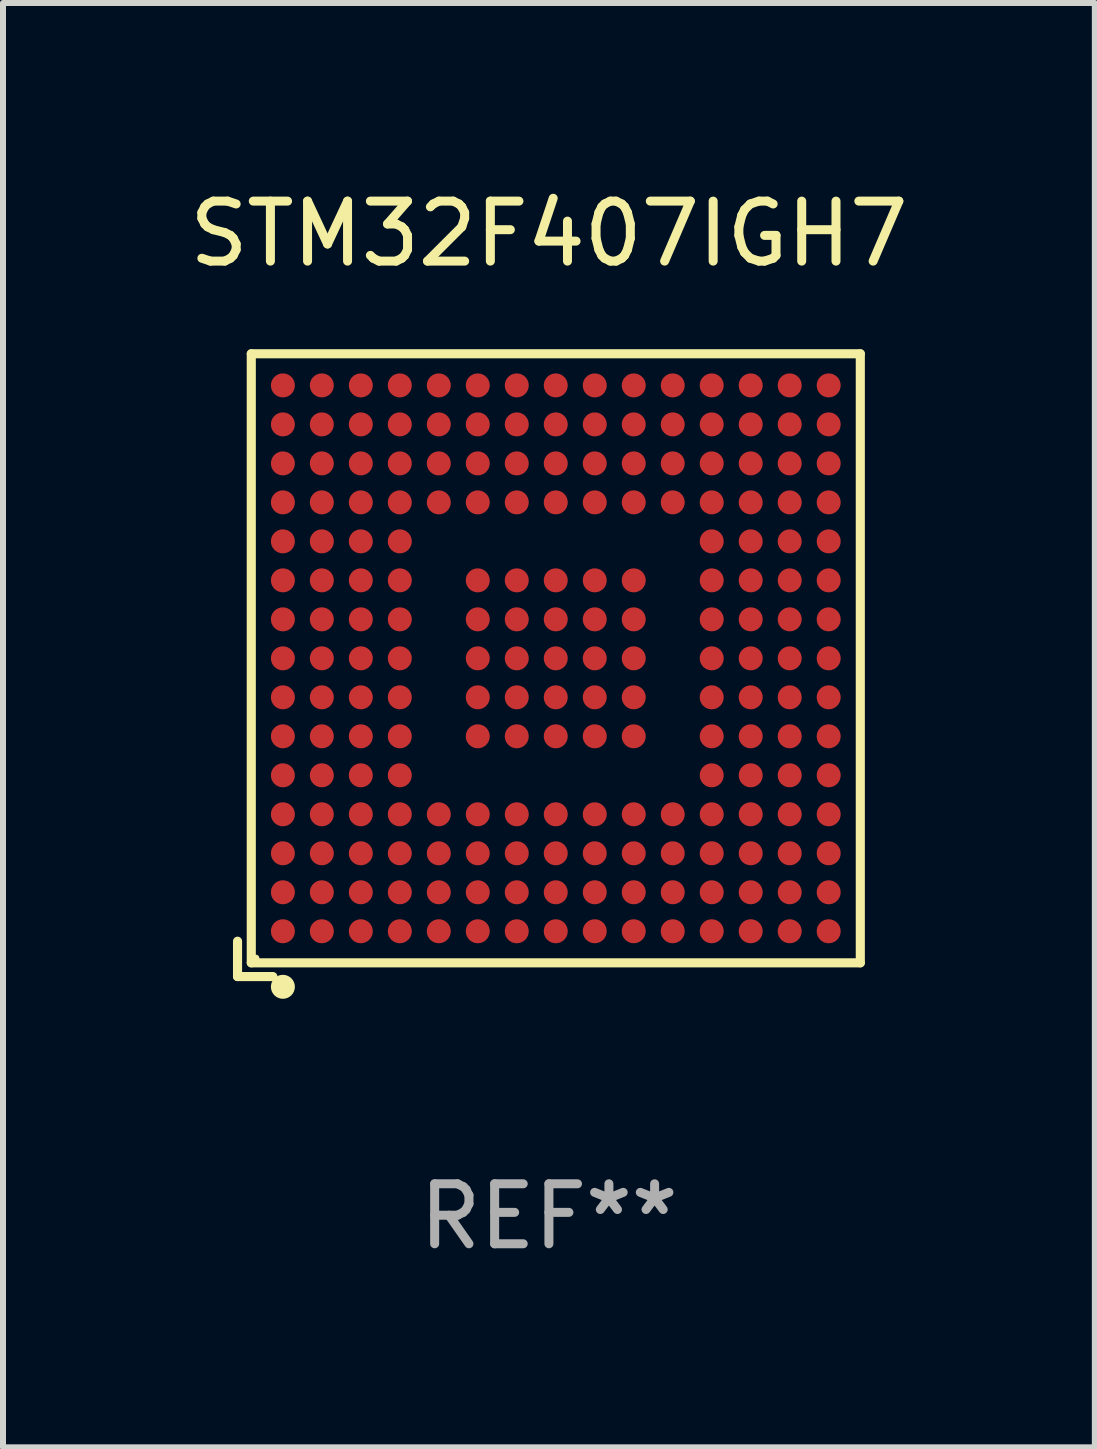
<source format=kicad_pcb>
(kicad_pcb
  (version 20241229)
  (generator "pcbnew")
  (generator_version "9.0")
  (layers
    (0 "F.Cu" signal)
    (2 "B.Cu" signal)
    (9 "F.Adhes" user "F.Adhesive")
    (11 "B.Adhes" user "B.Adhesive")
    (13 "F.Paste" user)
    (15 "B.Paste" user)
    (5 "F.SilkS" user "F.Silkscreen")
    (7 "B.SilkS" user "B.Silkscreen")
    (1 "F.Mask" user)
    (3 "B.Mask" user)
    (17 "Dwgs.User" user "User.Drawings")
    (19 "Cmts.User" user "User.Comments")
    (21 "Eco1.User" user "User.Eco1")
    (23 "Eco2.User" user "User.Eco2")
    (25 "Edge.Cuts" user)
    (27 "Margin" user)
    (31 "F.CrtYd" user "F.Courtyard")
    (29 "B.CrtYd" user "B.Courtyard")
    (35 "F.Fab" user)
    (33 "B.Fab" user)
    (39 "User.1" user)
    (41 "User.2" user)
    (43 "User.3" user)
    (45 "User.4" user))
  (footprint "STM32F407IGH7"
    (layer "F.Cu")
    (at 6.101 8.039)
    (property "Reference" "STM32F407IGH7" (at 0 -7.191 0) (layer "F.SilkS") (effects (font (size 1 1) (thickness 0.15))))
    (attr through_hole)
    (fp_line (start -5.191 4.602) (end -5.191 5.191) (stroke (width 0.152) (type solid)) (layer "F.SilkS"))
    (fp_line (start -5.191 5.191) (end -4.602 5.191) (stroke (width 0.152) (type solid)) (layer "F.SilkS"))
    (fp_line (start -4.962 -5.191) (end 5.191 -5.191) (stroke (width 0.152) (type solid)) (layer "F.SilkS"))
    (fp_line (start -4.962 4.962) (end -4.962 -5.191) (stroke (width 0.152) (type solid)) (layer "F.SilkS"))
    (fp_line (start 5.191 -5.191) (end 5.191 4.962) (stroke (width 0.152) (type solid)) (layer "F.SilkS"))
    (fp_line (start 5.191 4.962) (end -4.962 4.962) (stroke (width 0.152) (type solid)) (layer "F.SilkS"))
    (fp_circle (center -4.886 4.886) (end -4.856 4.886) (stroke (width 0.06) (type solid)) (fill no) (layer "F.SilkS"))
    (fp_circle (center -4.435 5.362) (end -4.335 5.362) (stroke (width 0.2) (type solid)) (fill no) (layer "F.SilkS"))
    (fp_text user "REF**" (at 0 9.191 0) (layer "F.Fab") (effects (font (size 1 1) (thickness 0.15))))
    (pad "A1" smd circle (at -4.435 4.436) (size 0.4 0.4) (layers "F.Cu" "F.Mask" "F.Paste"))
    (pad "A2" smd circle (at -4.435 3.786) (size 0.4 0.4) (layers "F.Cu" "F.Mask" "F.Paste"))
    (pad "A3" smd circle (at -4.435 3.136) (size 0.4 0.4) (layers "F.Cu" "F.Mask" "F.Paste"))
    (pad "A4" smd circle (at -4.435 2.486) (size 0.4 0.4) (layers "F.Cu" "F.Mask" "F.Paste"))
    (pad "A5" smd circle (at -4.435 1.836) (size 0.4 0.4) (layers "F.Cu" "F.Mask" "F.Paste"))
    (pad "A6" smd circle (at -4.435 1.186) (size 0.4 0.4) (layers "F.Cu" "F.Mask" "F.Paste"))
    (pad "A7" smd circle (at -4.435 0.536) (size 0.4 0.4) (layers "F.Cu" "F.Mask" "F.Paste"))
    (pad "A8" smd circle (at -4.435 -0.114) (size 0.4 0.4) (layers "F.Cu" "F.Mask" "F.Paste"))
    (pad "A9" smd circle (at -4.435 -0.764) (size 0.4 0.4) (layers "F.Cu" "F.Mask" "F.Paste"))
    (pad "A10" smd circle (at -4.435 -1.414) (size 0.4 0.4) (layers "F.Cu" "F.Mask" "F.Paste"))
    (pad "A11" smd circle (at -4.435 -2.064) (size 0.4 0.4) (layers "F.Cu" "F.Mask" "F.Paste"))
    (pad "A12" smd circle (at -4.435 -2.714) (size 0.4 0.4) (layers "F.Cu" "F.Mask" "F.Paste"))
    (pad "A13" smd circle (at -4.435 -3.364) (size 0.4 0.4) (layers "F.Cu" "F.Mask" "F.Paste"))
    (pad "A14" smd circle (at -4.435 -4.014) (size 0.4 0.4) (layers "F.Cu" "F.Mask" "F.Paste"))
    (pad "A15" smd circle (at -4.435 -4.664) (size 0.4 0.4) (layers "F.Cu" "F.Mask" "F.Paste"))
    (pad "B1" smd circle (at -3.786 4.436) (size 0.4 0.4) (layers "F.Cu" "F.Mask" "F.Paste"))
    (pad "B2" smd circle (at -3.786 3.786) (size 0.4 0.4) (layers "F.Cu" "F.Mask" "F.Paste"))
    (pad "B3" smd circle (at -3.786 3.136) (size 0.4 0.4) (layers "F.Cu" "F.Mask" "F.Paste"))
    (pad "B4" smd circle (at -3.786 2.486) (size 0.4 0.4) (layers "F.Cu" "F.Mask" "F.Paste"))
    (pad "B5" smd circle (at -3.786 1.836) (size 0.4 0.4) (layers "F.Cu" "F.Mask" "F.Paste"))
    (pad "B6" smd circle (at -3.786 1.186) (size 0.4 0.4) (layers "F.Cu" "F.Mask" "F.Paste"))
    (pad "B7" smd circle (at -3.786 0.536) (size 0.4 0.4) (layers "F.Cu" "F.Mask" "F.Paste"))
    (pad "B8" smd circle (at -3.786 -0.114) (size 0.4 0.4) (layers "F.Cu" "F.Mask" "F.Paste"))
    (pad "B9" smd circle (at -3.786 -0.764) (size 0.4 0.4) (layers "F.Cu" "F.Mask" "F.Paste"))
    (pad "B10" smd circle (at -3.786 -1.414) (size 0.4 0.4) (layers "F.Cu" "F.Mask" "F.Paste"))
    (pad "B11" smd circle (at -3.786 -2.064) (size 0.4 0.4) (layers "F.Cu" "F.Mask" "F.Paste"))
    (pad "B12" smd circle (at -3.786 -2.714) (size 0.4 0.4) (layers "F.Cu" "F.Mask" "F.Paste"))
    (pad "B13" smd circle (at -3.786 -3.364) (size 0.4 0.4) (layers "F.Cu" "F.Mask" "F.Paste"))
    (pad "B14" smd circle (at -3.786 -4.014) (size 0.4 0.4) (layers "F.Cu" "F.Mask" "F.Paste"))
    (pad "B15" smd circle (at -3.786 -4.664) (size 0.4 0.4) (layers "F.Cu" "F.Mask" "F.Paste"))
    (pad "C1" smd circle (at -3.136 4.436) (size 0.4 0.4) (layers "F.Cu" "F.Mask" "F.Paste"))
    (pad "C2" smd circle (at -3.136 3.786) (size 0.4 0.4) (layers "F.Cu" "F.Mask" "F.Paste"))
    (pad "C3" smd circle (at -3.136 3.136) (size 0.4 0.4) (layers "F.Cu" "F.Mask" "F.Paste"))
    (pad "C4" smd circle (at -3.136 2.486) (size 0.4 0.4) (layers "F.Cu" "F.Mask" "F.Paste"))
    (pad "C5" smd circle (at -3.136 1.836) (size 0.4 0.4) (layers "F.Cu" "F.Mask" "F.Paste"))
    (pad "C6" smd circle (at -3.136 1.186) (size 0.4 0.4) (layers "F.Cu" "F.Mask" "F.Paste"))
    (pad "C7" smd circle (at -3.136 0.536) (size 0.4 0.4) (layers "F.Cu" "F.Mask" "F.Paste"))
    (pad "C8" smd circle (at -3.136 -0.114) (size 0.4 0.4) (layers "F.Cu" "F.Mask" "F.Paste"))
    (pad "C9" smd circle (at -3.136 -0.764) (size 0.4 0.4) (layers "F.Cu" "F.Mask" "F.Paste"))
    (pad "C10" smd circle (at -3.136 -1.414) (size 0.4 0.4) (layers "F.Cu" "F.Mask" "F.Paste"))
    (pad "C11" smd circle (at -3.136 -2.064) (size 0.4 0.4) (layers "F.Cu" "F.Mask" "F.Paste"))
    (pad "C12" smd circle (at -3.136 -2.714) (size 0.4 0.4) (layers "F.Cu" "F.Mask" "F.Paste"))
    (pad "C13" smd circle (at -3.136 -3.364) (size 0.4 0.4) (layers "F.Cu" "F.Mask" "F.Paste"))
    (pad "C14" smd circle (at -3.136 -4.014) (size 0.4 0.4) (layers "F.Cu" "F.Mask" "F.Paste"))
    (pad "C15" smd circle (at -3.136 -4.664) (size 0.4 0.4) (layers "F.Cu" "F.Mask" "F.Paste"))
    (pad "D1" smd circle (at -2.486 4.436) (size 0.4 0.4) (layers "F.Cu" "F.Mask" "F.Paste"))
    (pad "D2" smd circle (at -2.486 3.786) (size 0.4 0.4) (layers "F.Cu" "F.Mask" "F.Paste"))
    (pad "D3" smd circle (at -2.486 3.136) (size 0.4 0.4) (layers "F.Cu" "F.Mask" "F.Paste"))
    (pad "D4" smd circle (at -2.486 2.486) (size 0.4 0.4) (layers "F.Cu" "F.Mask" "F.Paste"))
    (pad "D5" smd circle (at -2.486 1.836) (size 0.4 0.4) (layers "F.Cu" "F.Mask" "F.Paste"))
    (pad "D6" smd circle (at -2.486 1.186) (size 0.4 0.4) (layers "F.Cu" "F.Mask" "F.Paste"))
    (pad "D7" smd circle (at -2.486 0.536) (size 0.4 0.4) (layers "F.Cu" "F.Mask" "F.Paste"))
    (pad "D8" smd circle (at -2.486 -0.114) (size 0.4 0.4) (layers "F.Cu" "F.Mask" "F.Paste"))
    (pad "D9" smd circle (at -2.486 -0.764) (size 0.4 0.4) (layers "F.Cu" "F.Mask" "F.Paste"))
    (pad "D10" smd circle (at -2.486 -1.414) (size 0.4 0.4) (layers "F.Cu" "F.Mask" "F.Paste"))
    (pad "D11" smd circle (at -2.486 -2.064) (size 0.4 0.4) (layers "F.Cu" "F.Mask" "F.Paste"))
    (pad "D12" smd circle (at -2.486 -2.714) (size 0.4 0.4) (layers "F.Cu" "F.Mask" "F.Paste"))
    (pad "D13" smd circle (at -2.486 -3.364) (size 0.4 0.4) (layers "F.Cu" "F.Mask" "F.Paste"))
    (pad "D14" smd circle (at -2.486 -4.014) (size 0.4 0.4) (layers "F.Cu" "F.Mask" "F.Paste"))
    (pad "D15" smd circle (at -2.486 -4.664) (size 0.4 0.4) (layers "F.Cu" "F.Mask" "F.Paste"))
    (pad "E1" smd circle (at -1.836 4.436) (size 0.4 0.4) (layers "F.Cu" "F.Mask" "F.Paste"))
    (pad "E2" smd circle (at -1.836 3.786) (size 0.4 0.4) (layers "F.Cu" "F.Mask" "F.Paste"))
    (pad "E3" smd circle (at -1.836 3.136) (size 0.4 0.4) (layers "F.Cu" "F.Mask" "F.Paste"))
    (pad "E4" smd circle (at -1.836 2.486) (size 0.4 0.4) (layers "F.Cu" "F.Mask" "F.Paste"))
    (pad "E12" smd circle (at -1.836 -2.714) (size 0.4 0.4) (layers "F.Cu" "F.Mask" "F.Paste"))
    (pad "E13" smd circle (at -1.836 -3.364) (size 0.4 0.4) (layers "F.Cu" "F.Mask" "F.Paste"))
    (pad "E14" smd circle (at -1.836 -4.014) (size 0.4 0.4) (layers "F.Cu" "F.Mask" "F.Paste"))
    (pad "E15" smd circle (at -1.836 -4.664) (size 0.4 0.4) (layers "F.Cu" "F.Mask" "F.Paste"))
    (pad "F1" smd circle (at -1.186 4.436) (size 0.4 0.4) (layers "F.Cu" "F.Mask" "F.Paste"))
    (pad "F2" smd circle (at -1.186 3.786) (size 0.4 0.4) (layers "F.Cu" "F.Mask" "F.Paste"))
    (pad "F3" smd circle (at -1.186 3.136) (size 0.4 0.4) (layers "F.Cu" "F.Mask" "F.Paste"))
    (pad "F4" smd circle (at -1.186 2.486) (size 0.4 0.4) (layers "F.Cu" "F.Mask" "F.Paste"))
    (pad "F6" smd circle (at -1.186 1.186) (size 0.4 0.4) (layers "F.Cu" "F.Mask" "F.Paste"))
    (pad "F7" smd circle (at -1.186 0.536) (size 0.4 0.4) (layers "F.Cu" "F.Mask" "F.Paste"))
    (pad "F8" smd circle (at -1.186 -0.114) (size 0.4 0.4) (layers "F.Cu" "F.Mask" "F.Paste"))
    (pad "F9" smd circle (at -1.186 -0.764) (size 0.4 0.4) (layers "F.Cu" "F.Mask" "F.Paste"))
    (pad "F10" smd circle (at -1.186 -1.414) (size 0.4 0.4) (layers "F.Cu" "F.Mask" "F.Paste"))
    (pad "F12" smd circle (at -1.186 -2.714) (size 0.4 0.4) (layers "F.Cu" "F.Mask" "F.Paste"))
    (pad "F13" smd circle (at -1.186 -3.364) (size 0.4 0.4) (layers "F.Cu" "F.Mask" "F.Paste"))
    (pad "F14" smd circle (at -1.186 -4.014) (size 0.4 0.4) (layers "F.Cu" "F.Mask" "F.Paste"))
    (pad "F15" smd circle (at -1.186 -4.664) (size 0.4 0.4) (layers "F.Cu" "F.Mask" "F.Paste"))
    (pad "G1" smd circle (at -0.536 4.436) (size 0.4 0.4) (layers "F.Cu" "F.Mask" "F.Paste"))
    (pad "G2" smd circle (at -0.536 3.786) (size 0.4 0.4) (layers "F.Cu" "F.Mask" "F.Paste"))
    (pad "G3" smd circle (at -0.536 3.136) (size 0.4 0.4) (layers "F.Cu" "F.Mask" "F.Paste"))
    (pad "G4" smd circle (at -0.536 2.486) (size 0.4 0.4) (layers "F.Cu" "F.Mask" "F.Paste"))
    (pad "G6" smd circle (at -0.536 1.186) (size 0.4 0.4) (layers "F.Cu" "F.Mask" "F.Paste"))
    (pad "G7" smd circle (at -0.536 0.536) (size 0.4 0.4) (layers "F.Cu" "F.Mask" "F.Paste"))
    (pad "G8" smd circle (at -0.536 -0.114) (size 0.4 0.4) (layers "F.Cu" "F.Mask" "F.Paste"))
    (pad "G9" smd circle (at -0.536 -0.764) (size 0.4 0.4) (layers "F.Cu" "F.Mask" "F.Paste"))
    (pad "G10" smd circle (at -0.536 -1.414) (size 0.4 0.4) (layers "F.Cu" "F.Mask" "F.Paste"))
    (pad "G12" smd circle (at -0.536 -2.714) (size 0.4 0.4) (layers "F.Cu" "F.Mask" "F.Paste"))
    (pad "G13" smd circle (at -0.536 -3.364) (size 0.4 0.4) (layers "F.Cu" "F.Mask" "F.Paste"))
    (pad "G14" smd circle (at -0.536 -4.014) (size 0.4 0.4) (layers "F.Cu" "F.Mask" "F.Paste"))
    (pad "G15" smd circle (at -0.536 -4.664) (size 0.4 0.4) (layers "F.Cu" "F.Mask" "F.Paste"))
    (pad "H1" smd circle (at 0.114 4.436) (size 0.4 0.4) (layers "F.Cu" "F.Mask" "F.Paste"))
    (pad "H2" smd circle (at 0.114 3.786) (size 0.4 0.4) (layers "F.Cu" "F.Mask" "F.Paste"))
    (pad "H3" smd circle (at 0.114 3.136) (size 0.4 0.4) (layers "F.Cu" "F.Mask" "F.Paste"))
    (pad "H4" smd circle (at 0.114 2.486) (size 0.4 0.4) (layers "F.Cu" "F.Mask" "F.Paste"))
    (pad "H6" smd circle (at 0.114 1.186) (size 0.4 0.4) (layers "F.Cu" "F.Mask" "F.Paste"))
    (pad "H7" smd circle (at 0.114 0.536) (size 0.4 0.4) (layers "F.Cu" "F.Mask" "F.Paste"))
    (pad "H8" smd circle (at 0.114 -0.114) (size 0.4 0.4) (layers "F.Cu" "F.Mask" "F.Paste"))
    (pad "H9" smd circle (at 0.114 -0.764) (size 0.4 0.4) (layers "F.Cu" "F.Mask" "F.Paste"))
    (pad "H10" smd circle (at 0.114 -1.414) (size 0.4 0.4) (layers "F.Cu" "F.Mask" "F.Paste"))
    (pad "H12" smd circle (at 0.114 -2.714) (size 0.4 0.4) (layers "F.Cu" "F.Mask" "F.Paste"))
    (pad "H13" smd circle (at 0.114 -3.364) (size 0.4 0.4) (layers "F.Cu" "F.Mask" "F.Paste"))
    (pad "H14" smd circle (at 0.114 -4.014) (size 0.4 0.4) (layers "F.Cu" "F.Mask" "F.Paste"))
    (pad "H15" smd circle (at 0.114 -4.664) (size 0.4 0.4) (layers "F.Cu" "F.Mask" "F.Paste"))
    (pad "J1" smd circle (at 0.764 4.436) (size 0.4 0.4) (layers "F.Cu" "F.Mask" "F.Paste"))
    (pad "J2" smd circle (at 0.764 3.786) (size 0.4 0.4) (layers "F.Cu" "F.Mask" "F.Paste"))
    (pad "J3" smd circle (at 0.764 3.136) (size 0.4 0.4) (layers "F.Cu" "F.Mask" "F.Paste"))
    (pad "J4" smd circle (at 0.764 2.486) (size 0.4 0.4) (layers "F.Cu" "F.Mask" "F.Paste"))
    (pad "J6" smd circle (at 0.764 1.186) (size 0.4 0.4) (layers "F.Cu" "F.Mask" "F.Paste"))
    (pad "J7" smd circle (at 0.764 0.536) (size 0.4 0.4) (layers "F.Cu" "F.Mask" "F.Paste"))
    (pad "J8" smd circle (at 0.764 -0.114) (size 0.4 0.4) (layers "F.Cu" "F.Mask" "F.Paste"))
    (pad "J9" smd circle (at 0.764 -0.764) (size 0.4 0.4) (layers "F.Cu" "F.Mask" "F.Paste"))
    (pad "J10" smd circle (at 0.764 -1.414) (size 0.4 0.4) (layers "F.Cu" "F.Mask" "F.Paste"))
    (pad "J12" smd circle (at 0.764 -2.714) (size 0.4 0.4) (layers "F.Cu" "F.Mask" "F.Paste"))
    (pad "J13" smd circle (at 0.764 -3.364) (size 0.4 0.4) (layers "F.Cu" "F.Mask" "F.Paste"))
    (pad "J14" smd circle (at 0.764 -4.014) (size 0.4 0.4) (layers "F.Cu" "F.Mask" "F.Paste"))
    (pad "J15" smd circle (at 0.764 -4.664) (size 0.4 0.4) (layers "F.Cu" "F.Mask" "F.Paste"))
    (pad "K1" smd circle (at 1.414 4.436) (size 0.4 0.4) (layers "F.Cu" "F.Mask" "F.Paste"))
    (pad "K2" smd circle (at 1.414 3.786) (size 0.4 0.4) (layers "F.Cu" "F.Mask" "F.Paste"))
    (pad "K3" smd circle (at 1.414 3.136) (size 0.4 0.4) (layers "F.Cu" "F.Mask" "F.Paste"))
    (pad "K4" smd circle (at 1.414 2.486) (size 0.4 0.4) (layers "F.Cu" "F.Mask" "F.Paste"))
    (pad "K6" smd circle (at 1.414 1.186) (size 0.4 0.4) (layers "F.Cu" "F.Mask" "F.Paste"))
    (pad "K7" smd circle (at 1.414 0.536) (size 0.4 0.4) (layers "F.Cu" "F.Mask" "F.Paste"))
    (pad "K8" smd circle (at 1.414 -0.114) (size 0.4 0.4) (layers "F.Cu" "F.Mask" "F.Paste"))
    (pad "K9" smd circle (at 1.414 -0.764) (size 0.4 0.4) (layers "F.Cu" "F.Mask" "F.Paste"))
    (pad "K10" smd circle (at 1.414 -1.414) (size 0.4 0.4) (layers "F.Cu" "F.Mask" "F.Paste"))
    (pad "K12" smd circle (at 1.414 -2.714) (size 0.4 0.4) (layers "F.Cu" "F.Mask" "F.Paste"))
    (pad "K13" smd circle (at 1.414 -3.364) (size 0.4 0.4) (layers "F.Cu" "F.Mask" "F.Paste"))
    (pad "K14" smd circle (at 1.414 -4.014) (size 0.4 0.4) (layers "F.Cu" "F.Mask" "F.Paste"))
    (pad "K15" smd circle (at 1.414 -4.664) (size 0.4 0.4) (layers "F.Cu" "F.Mask" "F.Paste"))
    (pad "L1" smd circle (at 2.064 4.436) (size 0.4 0.4) (layers "F.Cu" "F.Mask" "F.Paste"))
    (pad "L2" smd circle (at 2.064 3.786) (size 0.4 0.4) (layers "F.Cu" "F.Mask" "F.Paste"))
    (pad "L3" smd circle (at 2.064 3.136) (size 0.4 0.4) (layers "F.Cu" "F.Mask" "F.Paste"))
    (pad "L4" smd circle (at 2.064 2.486) (size 0.4 0.4) (layers "F.Cu" "F.Mask" "F.Paste"))
    (pad "L12" smd circle (at 2.064 -2.714) (size 0.4 0.4) (layers "F.Cu" "F.Mask" "F.Paste"))
    (pad "L13" smd circle (at 2.064 -3.364) (size 0.4 0.4) (layers "F.Cu" "F.Mask" "F.Paste"))
    (pad "L14" smd circle (at 2.064 -4.014) (size 0.4 0.4) (layers "F.Cu" "F.Mask" "F.Paste"))
    (pad "L15" smd circle (at 2.064 -4.664) (size 0.4 0.4) (layers "F.Cu" "F.Mask" "F.Paste"))
    (pad "M1" smd circle (at 2.714 4.436) (size 0.4 0.4) (layers "F.Cu" "F.Mask" "F.Paste"))
    (pad "M2" smd circle (at 2.714 3.786) (size 0.4 0.4) (layers "F.Cu" "F.Mask" "F.Paste"))
    (pad "M3" smd circle (at 2.714 3.136) (size 0.4 0.4) (layers "F.Cu" "F.Mask" "F.Paste"))
    (pad "M4" smd circle (at 2.714 2.486) (size 0.4 0.4) (layers "F.Cu" "F.Mask" "F.Paste"))
    (pad "M5" smd circle (at 2.714 1.836) (size 0.4 0.4) (layers "F.Cu" "F.Mask" "F.Paste"))
    (pad "M6" smd circle (at 2.714 1.186) (size 0.4 0.4) (layers "F.Cu" "F.Mask" "F.Paste"))
    (pad "M7" smd circle (at 2.714 0.536) (size 0.4 0.4) (layers "F.Cu" "F.Mask" "F.Paste"))
    (pad "M8" smd circle (at 2.714 -0.114) (size 0.4 0.4) (layers "F.Cu" "F.Mask" "F.Paste"))
    (pad "M9" smd circle (at 2.714 -0.764) (size 0.4 0.4) (layers "F.Cu" "F.Mask" "F.Paste"))
    (pad "M10" smd circle (at 2.714 -1.414) (size 0.4 0.4) (layers "F.Cu" "F.Mask" "F.Paste"))
    (pad "M11" smd circle (at 2.714 -2.064) (size 0.4 0.4) (layers "F.Cu" "F.Mask" "F.Paste"))
    (pad "M12" smd circle (at 2.714 -2.714) (size 0.4 0.4) (layers "F.Cu" "F.Mask" "F.Paste"))
    (pad "M13" smd circle (at 2.714 -3.364) (size 0.4 0.4) (layers "F.Cu" "F.Mask" "F.Paste"))
    (pad "M14" smd circle (at 2.714 -4.014) (size 0.4 0.4) (layers "F.Cu" "F.Mask" "F.Paste"))
    (pad "M15" smd circle (at 2.714 -4.664) (size 0.4 0.4) (layers "F.Cu" "F.Mask" "F.Paste"))
    (pad "N1" smd circle (at 3.364 4.436) (size 0.4 0.4) (layers "F.Cu" "F.Mask" "F.Paste"))
    (pad "N2" smd circle (at 3.364 3.786) (size 0.4 0.4) (layers "F.Cu" "F.Mask" "F.Paste"))
    (pad "N3" smd circle (at 3.364 3.136) (size 0.4 0.4) (layers "F.Cu" "F.Mask" "F.Paste"))
    (pad "N4" smd circle (at 3.364 2.486) (size 0.4 0.4) (layers "F.Cu" "F.Mask" "F.Paste"))
    (pad "N5" smd circle (at 3.364 1.836) (size 0.4 0.4) (layers "F.Cu" "F.Mask" "F.Paste"))
    (pad "N6" smd circle (at 3.364 1.186) (size 0.4 0.4) (layers "F.Cu" "F.Mask" "F.Paste"))
    (pad "N7" smd circle (at 3.364 0.536) (size 0.4 0.4) (layers "F.Cu" "F.Mask" "F.Paste"))
    (pad "N8" smd circle (at 3.364 -0.114) (size 0.4 0.4) (layers "F.Cu" "F.Mask" "F.Paste"))
    (pad "N9" smd circle (at 3.364 -0.764) (size 0.4 0.4) (layers "F.Cu" "F.Mask" "F.Paste"))
    (pad "N10" smd circle (at 3.364 -1.414) (size 0.4 0.4) (layers "F.Cu" "F.Mask" "F.Paste"))
    (pad "N11" smd circle (at 3.364 -2.064) (size 0.4 0.4) (layers "F.Cu" "F.Mask" "F.Paste"))
    (pad "N12" smd circle (at 3.364 -2.714) (size 0.4 0.4) (layers "F.Cu" "F.Mask" "F.Paste"))
    (pad "N13" smd circle (at 3.364 -3.364) (size 0.4 0.4) (layers "F.Cu" "F.Mask" "F.Paste"))
    (pad "N14" smd circle (at 3.364 -4.014) (size 0.4 0.4) (layers "F.Cu" "F.Mask" "F.Paste"))
    (pad "N15" smd circle (at 3.364 -4.664) (size 0.4 0.4) (layers "F.Cu" "F.Mask" "F.Paste"))
    (pad "P1" smd circle (at 4.014 4.436) (size 0.4 0.4) (layers "F.Cu" "F.Mask" "F.Paste"))
    (pad "P2" smd circle (at 4.014 3.786) (size 0.4 0.4) (layers "F.Cu" "F.Mask" "F.Paste"))
    (pad "P3" smd circle (at 4.014 3.136) (size 0.4 0.4) (layers "F.Cu" "F.Mask" "F.Paste"))
    (pad "P4" smd circle (at 4.014 2.486) (size 0.4 0.4) (layers "F.Cu" "F.Mask" "F.Paste"))
    (pad "P5" smd circle (at 4.014 1.836) (size 0.4 0.4) (layers "F.Cu" "F.Mask" "F.Paste"))
    (pad "P6" smd circle (at 4.014 1.186) (size 0.4 0.4) (layers "F.Cu" "F.Mask" "F.Paste"))
    (pad "P7" smd circle (at 4.014 0.536) (size 0.4 0.4) (layers "F.Cu" "F.Mask" "F.Paste"))
    (pad "P8" smd circle (at 4.014 -0.114) (size 0.4 0.4) (layers "F.Cu" "F.Mask" "F.Paste"))
    (pad "P9" smd circle (at 4.014 -0.764) (size 0.4 0.4) (layers "F.Cu" "F.Mask" "F.Paste"))
    (pad "P10" smd circle (at 4.014 -1.414) (size 0.4 0.4) (layers "F.Cu" "F.Mask" "F.Paste"))
    (pad "P11" smd circle (at 4.014 -2.064) (size 0.4 0.4) (layers "F.Cu" "F.Mask" "F.Paste"))
    (pad "P12" smd circle (at 4.014 -2.714) (size 0.4 0.4) (layers "F.Cu" "F.Mask" "F.Paste"))
    (pad "P13" smd circle (at 4.014 -3.364) (size 0.4 0.4) (layers "F.Cu" "F.Mask" "F.Paste"))
    (pad "P14" smd circle (at 4.014 -4.014) (size 0.4 0.4) (layers "F.Cu" "F.Mask" "F.Paste"))
    (pad "P15" smd circle (at 4.014 -4.664) (size 0.4 0.4) (layers "F.Cu" "F.Mask" "F.Paste"))
    (pad "R1" smd circle (at 4.664 4.436) (size 0.4 0.4) (layers "F.Cu" "F.Mask" "F.Paste"))
    (pad "R2" smd circle (at 4.664 3.786) (size 0.4 0.4) (layers "F.Cu" "F.Mask" "F.Paste"))
    (pad "R3" smd circle (at 4.664 3.136) (size 0.4 0.4) (layers "F.Cu" "F.Mask" "F.Paste"))
    (pad "R4" smd circle (at 4.664 2.486) (size 0.4 0.4) (layers "F.Cu" "F.Mask" "F.Paste"))
    (pad "R5" smd circle (at 4.664 1.836) (size 0.4 0.4) (layers "F.Cu" "F.Mask" "F.Paste"))
    (pad "R6" smd circle (at 4.664 1.186) (size 0.4 0.4) (layers "F.Cu" "F.Mask" "F.Paste"))
    (pad "R7" smd circle (at 4.664 0.536) (size 0.4 0.4) (layers "F.Cu" "F.Mask" "F.Paste"))
    (pad "R8" smd circle (at 4.664 -0.114) (size 0.4 0.4) (layers "F.Cu" "F.Mask" "F.Paste"))
    (pad "R9" smd circle (at 4.664 -0.764) (size 0.4 0.4) (layers "F.Cu" "F.Mask" "F.Paste"))
    (pad "R10" smd circle (at 4.664 -1.414) (size 0.4 0.4) (layers "F.Cu" "F.Mask" "F.Paste"))
    (pad "R11" smd circle (at 4.664 -2.064) (size 0.4 0.4) (layers "F.Cu" "F.Mask" "F.Paste"))
    (pad "R12" smd circle (at 4.664 -2.714) (size 0.4 0.4) (layers "F.Cu" "F.Mask" "F.Paste"))
    (pad "R13" smd circle (at 4.664 -3.364) (size 0.4 0.4) (layers "F.Cu" "F.Mask" "F.Paste"))
    (pad "R14" smd circle (at 4.664 -4.014) (size 0.4 0.4) (layers "F.Cu" "F.Mask" "F.Paste"))
    (pad "R15" smd circle (at 4.664 -4.664) (size 0.4 0.4) (layers "F.Cu" "F.Mask" "F.Paste")))
  (gr_rect
    (start -3 -3)
    (end 15.202 21.078)
    (stroke (width 0.1) (type default))
    (fill no)
    (layer "Edge.Cuts")))
</source>
